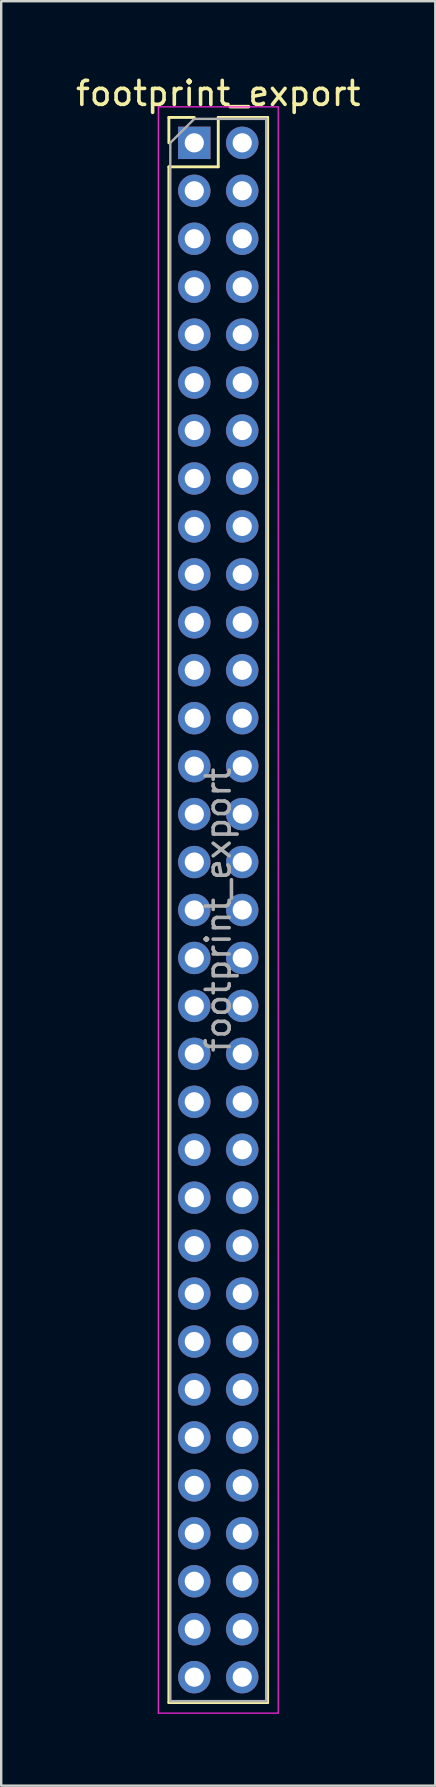
<source format=kicad_pcb>
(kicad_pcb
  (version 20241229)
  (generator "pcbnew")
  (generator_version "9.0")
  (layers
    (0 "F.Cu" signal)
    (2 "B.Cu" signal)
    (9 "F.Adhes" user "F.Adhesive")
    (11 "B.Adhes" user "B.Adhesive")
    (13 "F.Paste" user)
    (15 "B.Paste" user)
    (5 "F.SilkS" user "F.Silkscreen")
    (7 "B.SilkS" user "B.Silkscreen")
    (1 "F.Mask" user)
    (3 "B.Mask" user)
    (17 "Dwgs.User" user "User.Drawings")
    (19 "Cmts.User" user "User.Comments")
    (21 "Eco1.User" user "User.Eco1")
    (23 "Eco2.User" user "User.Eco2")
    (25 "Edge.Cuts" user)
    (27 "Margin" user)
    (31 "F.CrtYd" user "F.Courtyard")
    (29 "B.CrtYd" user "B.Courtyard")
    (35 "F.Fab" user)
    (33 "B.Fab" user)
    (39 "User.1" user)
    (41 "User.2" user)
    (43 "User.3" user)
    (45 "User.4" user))
  (footprint "footprint_export"
    (layer "F.Cu")
    (at 5.054 2.908)
    (property "Reference" "footprint_export" (at 1 -2.06 0) (layer "F.SilkS") (effects (font (size 1 1) (thickness 0.15))))
    (attr through_hole)
    (fp_line (start -1.06 -1.06) (end 0 -1.06) (stroke (width 0.12) (type solid)) (layer "F.SilkS"))
    (fp_line (start -1.06 0) (end -1.06 -1.06) (stroke (width 0.12) (type solid)) (layer "F.SilkS"))
    (fp_line (start -1.06 1) (end -1.06 65.06) (stroke (width 0.12) (type solid)) (layer "F.SilkS"))
    (fp_line (start -1.06 1) (end 1 1) (stroke (width 0.12) (type solid)) (layer "F.SilkS"))
    (fp_line (start -1.06 65.06) (end 3.06 65.06) (stroke (width 0.12) (type solid)) (layer "F.SilkS"))
    (fp_line (start 1 -1.06) (end 3.06 -1.06) (stroke (width 0.12) (type solid)) (layer "F.SilkS"))
    (fp_line (start 1 1) (end 1 -1.06) (stroke (width 0.12) (type solid)) (layer "F.SilkS"))
    (fp_line (start 3.06 -1.06) (end 3.06 65.06) (stroke (width 0.12) (type solid)) (layer "F.SilkS"))
    (fp_line (start -1.5 -1.5) (end -1.5 65.5) (stroke (width 0.05) (type solid)) (layer "F.CrtYd"))
    (fp_line (start -1.5 65.5) (end 3.5 65.5) (stroke (width 0.05) (type solid)) (layer "F.CrtYd"))
    (fp_line (start 3.5 -1.5) (end -1.5 -1.5) (stroke (width 0.05) (type solid)) (layer "F.CrtYd"))
    (fp_line (start 3.5 65.5) (end 3.5 -1.5) (stroke (width 0.05) (type solid)) (layer "F.CrtYd"))
    (fp_line (start -1 0) (end 0 -1) (stroke (width 0.1) (type solid)) (layer "F.Fab"))
    (fp_line (start -1 65) (end -1 0) (stroke (width 0.1) (type solid)) (layer "F.Fab"))
    (fp_line (start 0 -1) (end 3 -1) (stroke (width 0.1) (type solid)) (layer "F.Fab"))
    (fp_line (start 3 -1) (end 3 65) (stroke (width 0.1) (type solid)) (layer "F.Fab"))
    (fp_line (start 3 65) (end -1 65) (stroke (width 0.1) (type solid)) (layer "F.Fab"))
    (fp_text user "${REFERENCE}" (at 1 32 90) (layer "F.Fab") (effects (font (size 1 1) (thickness 0.15))))
    (pad "1" thru_hole rect (at 0 0) (size 1.35 1.35) (drill 0.8) (layers "*.Cu" "*.Mask"))
    (pad "2" thru_hole oval (at 2 0) (size 1.35 1.35) (drill 0.8) (layers "*.Cu" "*.Mask"))
    (pad "3" thru_hole oval (at 0 2) (size 1.35 1.35) (drill 0.8) (layers "*.Cu" "*.Mask"))
    (pad "4" thru_hole oval (at 2 2) (size 1.35 1.35) (drill 0.8) (layers "*.Cu" "*.Mask"))
    (pad "5" thru_hole oval (at 0 4) (size 1.35 1.35) (drill 0.8) (layers "*.Cu" "*.Mask"))
    (pad "6" thru_hole oval (at 2 4) (size 1.35 1.35) (drill 0.8) (layers "*.Cu" "*.Mask"))
    (pad "7" thru_hole oval (at 0 6) (size 1.35 1.35) (drill 0.8) (layers "*.Cu" "*.Mask"))
    (pad "8" thru_hole oval (at 2 6) (size 1.35 1.35) (drill 0.8) (layers "*.Cu" "*.Mask"))
    (pad "9" thru_hole oval (at 0 8) (size 1.35 1.35) (drill 0.8) (layers "*.Cu" "*.Mask"))
    (pad "10" thru_hole oval (at 2 8) (size 1.35 1.35) (drill 0.8) (layers "*.Cu" "*.Mask"))
    (pad "11" thru_hole oval (at 0 10) (size 1.35 1.35) (drill 0.8) (layers "*.Cu" "*.Mask"))
    (pad "12" thru_hole oval (at 2 10) (size 1.35 1.35) (drill 0.8) (layers "*.Cu" "*.Mask"))
    (pad "13" thru_hole oval (at 0 12) (size 1.35 1.35) (drill 0.8) (layers "*.Cu" "*.Mask"))
    (pad "14" thru_hole oval (at 2 12) (size 1.35 1.35) (drill 0.8) (layers "*.Cu" "*.Mask"))
    (pad "15" thru_hole oval (at 0 14) (size 1.35 1.35) (drill 0.8) (layers "*.Cu" "*.Mask"))
    (pad "16" thru_hole oval (at 2 14) (size 1.35 1.35) (drill 0.8) (layers "*.Cu" "*.Mask"))
    (pad "17" thru_hole oval (at 0 16) (size 1.35 1.35) (drill 0.8) (layers "*.Cu" "*.Mask"))
    (pad "18" thru_hole oval (at 2 16) (size 1.35 1.35) (drill 0.8) (layers "*.Cu" "*.Mask"))
    (pad "19" thru_hole oval (at 0 18) (size 1.35 1.35) (drill 0.8) (layers "*.Cu" "*.Mask"))
    (pad "20" thru_hole oval (at 2 18) (size 1.35 1.35) (drill 0.8) (layers "*.Cu" "*.Mask"))
    (pad "21" thru_hole oval (at 0 20) (size 1.35 1.35) (drill 0.8) (layers "*.Cu" "*.Mask"))
    (pad "22" thru_hole oval (at 2 20) (size 1.35 1.35) (drill 0.8) (layers "*.Cu" "*.Mask"))
    (pad "23" thru_hole oval (at 0 22) (size 1.35 1.35) (drill 0.8) (layers "*.Cu" "*.Mask"))
    (pad "24" thru_hole oval (at 2 22) (size 1.35 1.35) (drill 0.8) (layers "*.Cu" "*.Mask"))
    (pad "25" thru_hole oval (at 0 24) (size 1.35 1.35) (drill 0.8) (layers "*.Cu" "*.Mask"))
    (pad "26" thru_hole oval (at 2 24) (size 1.35 1.35) (drill 0.8) (layers "*.Cu" "*.Mask"))
    (pad "27" thru_hole oval (at 0 26) (size 1.35 1.35) (drill 0.8) (layers "*.Cu" "*.Mask"))
    (pad "28" thru_hole oval (at 2 26) (size 1.35 1.35) (drill 0.8) (layers "*.Cu" "*.Mask"))
    (pad "29" thru_hole oval (at 0 28) (size 1.35 1.35) (drill 0.8) (layers "*.Cu" "*.Mask"))
    (pad "30" thru_hole oval (at 2 28) (size 1.35 1.35) (drill 0.8) (layers "*.Cu" "*.Mask"))
    (pad "31" thru_hole oval (at 0 30) (size 1.35 1.35) (drill 0.8) (layers "*.Cu" "*.Mask"))
    (pad "32" thru_hole oval (at 2 30) (size 1.35 1.35) (drill 0.8) (layers "*.Cu" "*.Mask"))
    (pad "33" thru_hole oval (at 0 32) (size 1.35 1.35) (drill 0.8) (layers "*.Cu" "*.Mask"))
    (pad "34" thru_hole oval (at 2 32) (size 1.35 1.35) (drill 0.8) (layers "*.Cu" "*.Mask"))
    (pad "35" thru_hole oval (at 0 34) (size 1.35 1.35) (drill 0.8) (layers "*.Cu" "*.Mask"))
    (pad "36" thru_hole oval (at 2 34) (size 1.35 1.35) (drill 0.8) (layers "*.Cu" "*.Mask"))
    (pad "37" thru_hole oval (at 0 36) (size 1.35 1.35) (drill 0.8) (layers "*.Cu" "*.Mask"))
    (pad "38" thru_hole oval (at 2 36) (size 1.35 1.35) (drill 0.8) (layers "*.Cu" "*.Mask"))
    (pad "39" thru_hole oval (at 0 38) (size 1.35 1.35) (drill 0.8) (layers "*.Cu" "*.Mask"))
    (pad "40" thru_hole oval (at 2 38) (size 1.35 1.35) (drill 0.8) (layers "*.Cu" "*.Mask"))
    (pad "41" thru_hole oval (at 0 40) (size 1.35 1.35) (drill 0.8) (layers "*.Cu" "*.Mask"))
    (pad "42" thru_hole oval (at 2 40) (size 1.35 1.35) (drill 0.8) (layers "*.Cu" "*.Mask"))
    (pad "43" thru_hole oval (at 0 42) (size 1.35 1.35) (drill 0.8) (layers "*.Cu" "*.Mask"))
    (pad "44" thru_hole oval (at 2 42) (size 1.35 1.35) (drill 0.8) (layers "*.Cu" "*.Mask"))
    (pad "45" thru_hole oval (at 0 44) (size 1.35 1.35) (drill 0.8) (layers "*.Cu" "*.Mask"))
    (pad "46" thru_hole oval (at 2 44) (size 1.35 1.35) (drill 0.8) (layers "*.Cu" "*.Mask"))
    (pad "47" thru_hole oval (at 0 46) (size 1.35 1.35) (drill 0.8) (layers "*.Cu" "*.Mask"))
    (pad "48" thru_hole oval (at 2 46) (size 1.35 1.35) (drill 0.8) (layers "*.Cu" "*.Mask"))
    (pad "49" thru_hole oval (at 0 48) (size 1.35 1.35) (drill 0.8) (layers "*.Cu" "*.Mask"))
    (pad "50" thru_hole oval (at 2 48) (size 1.35 1.35) (drill 0.8) (layers "*.Cu" "*.Mask"))
    (pad "51" thru_hole oval (at 0 50) (size 1.35 1.35) (drill 0.8) (layers "*.Cu" "*.Mask"))
    (pad "52" thru_hole oval (at 2 50) (size 1.35 1.35) (drill 0.8) (layers "*.Cu" "*.Mask"))
    (pad "53" thru_hole oval (at 0 52) (size 1.35 1.35) (drill 0.8) (layers "*.Cu" "*.Mask"))
    (pad "54" thru_hole oval (at 2 52) (size 1.35 1.35) (drill 0.8) (layers "*.Cu" "*.Mask"))
    (pad "55" thru_hole oval (at 0 54) (size 1.35 1.35) (drill 0.8) (layers "*.Cu" "*.Mask"))
    (pad "56" thru_hole oval (at 2 54) (size 1.35 1.35) (drill 0.8) (layers "*.Cu" "*.Mask"))
    (pad "57" thru_hole oval (at 0 56) (size 1.35 1.35) (drill 0.8) (layers "*.Cu" "*.Mask"))
    (pad "58" thru_hole oval (at 2 56) (size 1.35 1.35) (drill 0.8) (layers "*.Cu" "*.Mask"))
    (pad "59" thru_hole oval (at 0 58) (size 1.35 1.35) (drill 0.8) (layers "*.Cu" "*.Mask"))
    (pad "60" thru_hole oval (at 2 58) (size 1.35 1.35) (drill 0.8) (layers "*.Cu" "*.Mask"))
    (pad "61" thru_hole oval (at 0 60) (size 1.35 1.35) (drill 0.8) (layers "*.Cu" "*.Mask"))
    (pad "62" thru_hole oval (at 2 60) (size 1.35 1.35) (drill 0.8) (layers "*.Cu" "*.Mask"))
    (pad "63" thru_hole oval (at 0 62) (size 1.35 1.35) (drill 0.8) (layers "*.Cu" "*.Mask"))
    (pad "64" thru_hole oval (at 2 62) (size 1.35 1.35) (drill 0.8) (layers "*.Cu" "*.Mask"))
    (pad "65" thru_hole oval (at 0 64) (size 1.35 1.35) (drill 0.8) (layers "*.Cu" "*.Mask"))
    (pad "66" thru_hole oval (at 2 64) (size 1.35 1.35) (drill 0.8) (layers "*.Cu" "*.Mask")))
  (gr_rect
    (start -3 -3)
    (end 15.107 71.433)
    (stroke (width 0.1) (type default))
    (fill no)
    (layer "Edge.Cuts")))
</source>
